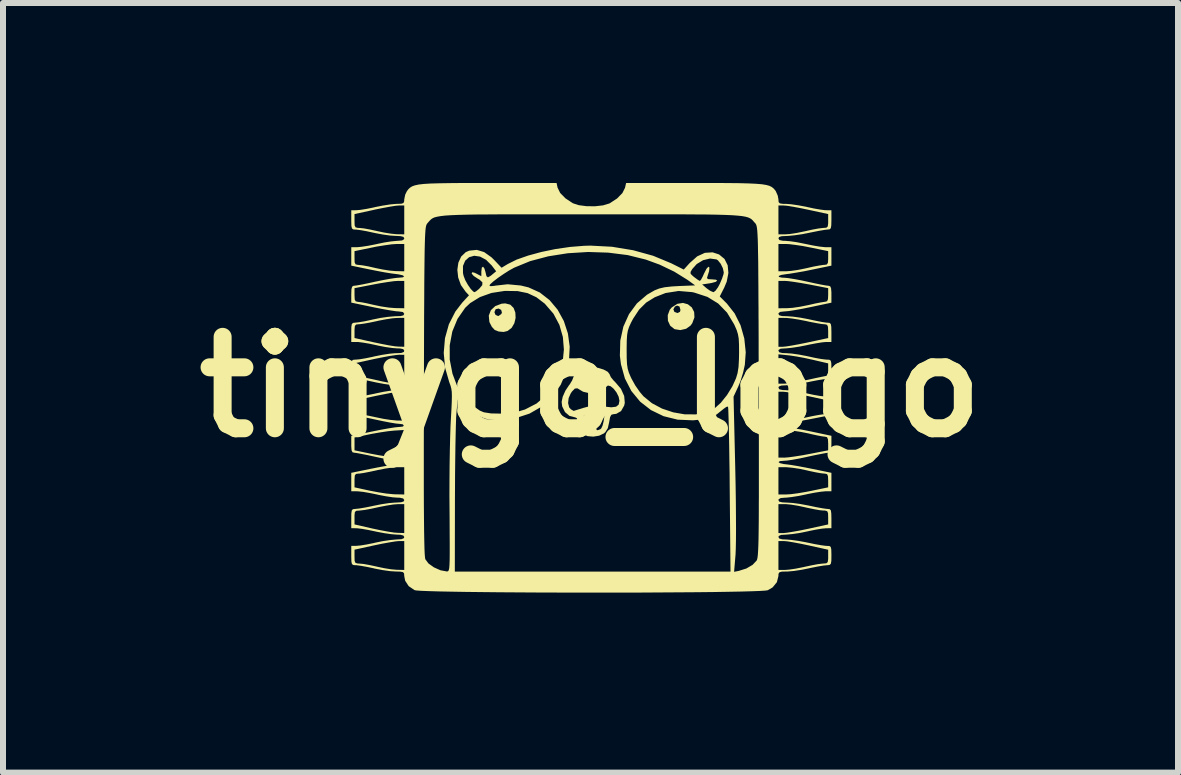
<source format=kicad_pcb>
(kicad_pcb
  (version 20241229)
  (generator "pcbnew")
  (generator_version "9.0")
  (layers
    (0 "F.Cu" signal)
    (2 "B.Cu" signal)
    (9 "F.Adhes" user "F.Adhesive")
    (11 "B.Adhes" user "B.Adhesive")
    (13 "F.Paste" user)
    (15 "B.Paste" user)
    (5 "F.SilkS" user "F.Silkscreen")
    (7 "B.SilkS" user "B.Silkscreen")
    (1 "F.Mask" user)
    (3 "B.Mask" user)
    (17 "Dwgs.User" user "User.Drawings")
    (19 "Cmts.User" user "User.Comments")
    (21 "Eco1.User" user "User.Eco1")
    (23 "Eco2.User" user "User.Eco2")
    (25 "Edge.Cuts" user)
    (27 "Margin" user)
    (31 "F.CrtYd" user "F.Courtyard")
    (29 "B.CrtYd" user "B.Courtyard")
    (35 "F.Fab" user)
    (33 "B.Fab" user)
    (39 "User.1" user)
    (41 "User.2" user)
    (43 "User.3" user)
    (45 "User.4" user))
  (footprint "tinygo_logo"
    (layer "F.Cu")
    (at 6.793 3.399)
    (property "Reference" "tinygo_logo" (at 0 0 0) (layer "F.SilkS") (effects (font (size 1.524 1.524) (thickness 0.3))))
    (attr board_only exclude_from_pos_files exclude_from_bom)
    (fp_poly (pts (xy 1.623 -1.377) (xy 1.688 -1.325) (xy 1.727 -1.249) (xy 1.732 -1.159) (xy 1.696 -1.062) (xy 1.666 -1.021) (xy 1.593 -0.969) (xy 1.497 -0.947) (xy 1.403 -0.962) (xy 1.4 -0.963) (xy 1.329 -1.019) (xy 1.29 -1.102) (xy 1.287 -1.196) (xy 1.321 -1.286) (xy 1.327 -1.293) (xy 1.381 -1.293) (xy 1.398 -1.25) (xy 1.448 -1.231) (xy 1.491 -1.252) (xy 1.499 -1.283) (xy 1.483 -1.34) (xy 1.443 -1.356) (xy 1.406 -1.339) (xy 1.381 -1.293) (xy 1.327 -1.293) (xy 1.354 -1.325) (xy 1.448 -1.385) (xy 1.541 -1.4)) (stroke (width 0) (type solid)) (fill yes) (layer "F.SilkS"))
    (fp_poly (pts (xy -1.338 -1.371) (xy -1.282 -1.316) (xy -1.253 -1.238) (xy -1.249 -1.149) (xy -1.27 -1.061) (xy -1.315 -0.984) (xy -1.384 -0.932) (xy -1.448 -0.916) (xy -1.53 -0.923) (xy -1.597 -0.949) (xy -1.646 -1.003) (xy -1.684 -1.078) (xy -1.686 -1.082) (xy -1.696 -1.188) (xy -1.674 -1.245) (xy -1.602 -1.245) (xy -1.584 -1.201) (xy -1.542 -1.182) (xy -1.533 -1.183) (xy -1.488 -1.214) (xy -1.477 -1.238) (xy -1.489 -1.283) (xy -1.531 -1.306) (xy -1.578 -1.296) (xy -1.584 -1.29) (xy -1.602 -1.245) (xy -1.674 -1.245) (xy -1.661 -1.279) (xy -1.587 -1.348) (xy -1.482 -1.387) (xy -1.421 -1.392)) (stroke (width 0) (type solid)) (fill yes) (layer "F.SilkS"))
    (fp_poly (pts (xy 0.127 -0.317) (xy 0.219 -0.289) (xy 0.288 -0.251) (xy 0.32 -0.208) (xy 0.321 -0.201) (xy 0.34 -0.161) (xy 0.387 -0.104) (xy 0.413 -0.078) (xy 0.507 0.032) (xy 0.561 0.151) (xy 0.571 0.266) (xy 0.561 0.311) (xy 0.509 0.403) (xy 0.429 0.449) (xy 0.38 0.455) (xy 0.347 0.465) (xy 0.326 0.504) (xy 0.311 0.584) (xy 0.311 0.587) (xy 0.288 0.688) (xy 0.246 0.754) (xy 0.223 0.775) (xy 0.144 0.813) (xy 0.046 0.829) (xy -0.049 0.821) (xy -0.109 0.795) (xy -0.176 0.715) (xy -0.212 0.611) (xy -0.214 0.577) (xy -0.224 0.536) (xy -0.121 0.536) (xy -0.116 0.569) (xy -0.088 0.66) (xy -0.052 0.713) (xy -0.016 0.726) (xy 0.013 0.696) (xy 0.026 0.621) (xy 0.026 0.609) (xy 0.023 0.559) (xy 0.08 0.559) (xy 0.084 0.656) (xy 0.096 0.708) (xy 0.117 0.723) (xy 0.166 0.704) (xy 0.18 0.689) (xy 0.2 0.646) (xy 0.217 0.58) (xy 0.228 0.509) (xy 0.231 0.452) (xy 0.222 0.428) (xy 0.221 0.428) (xy 0.181 0.421) (xy 0.141 0.411) (xy 0.107 0.406) (xy 0.089 0.419) (xy 0.082 0.463) (xy 0.08 0.547) (xy 0.08 0.559) (xy 0.023 0.559) (xy 0.019 0.506) (xy -0.004 0.451) (xy -0.045 0.441) (xy -0.076 0.453) (xy -0.114 0.485) (xy -0.121 0.536) (xy -0.224 0.536) (xy -0.227 0.523) (xy -0.253 0.509) (xy -0.35 0.484) (xy -0.426 0.419) (xy -0.473 0.323) (xy -0.479 0.27) (xy -0.374 0.27) (xy -0.356 0.341) (xy -0.328 0.373) (xy -0.29 0.395) (xy -0.281 0.4) (xy -0.258 0.393) (xy -0.197 0.374) (xy -0.116 0.349) (xy -0.013 0.321) (xy 0.071 0.311) (xy 0.163 0.317) (xy 0.224 0.327) (xy 0.347 0.34) (xy 0.426 0.33) (xy 0.469 0.295) (xy 0.482 0.231) (xy 0.482 0.231) (xy 0.468 0.162) (xy 0.432 0.091) (xy 0.384 0.029) (xy 0.334 -0.012) (xy 0.29 -0.023) (xy 0.272 -0.009) (xy 0.197 0.057) (xy 0.094 0.096) (xy -0.018 0.105) (xy -0.122 0.081) (xy -0.165 0.056) (xy -0.219 0.023) (xy -0.262 0.028) (xy -0.308 0.076) (xy -0.329 0.106) (xy -0.365 0.186) (xy -0.374 0.27) (xy -0.479 0.27) (xy -0.482 0.252) (xy -0.464 0.165) (xy -0.419 0.063) (xy -0.357 -0.03) (xy -0.348 -0.04) (xy -0.306 -0.109) (xy -0.284 -0.167) (xy -0.241 -0.24) (xy -0.156 -0.294) (xy -0.039 -0.324) (xy 0.027 -0.327)) (stroke (width 0) (type solid)) (fill yes) (layer "F.SilkS"))
    (fp_poly (pts (xy -0.55 -3.323) (xy -0.506 -3.233) (xy -0.418 -3.143) (xy -0.297 -3.063) (xy -0.294 -3.061) (xy -0.195 -3.029) (xy -0.065 -3.012) (xy 0.076 -3.011) (xy 0.209 -3.026) (xy 0.312 -3.057) (xy 0.321 -3.061) (xy 0.443 -3.141) (xy 0.531 -3.231) (xy 0.576 -3.321) (xy 0.576 -3.323) (xy 0.593 -3.399) (xy 1.729 -3.399) (xy 2.022 -3.399) (xy 2.267 -3.398) (xy 2.467 -3.396) (xy 2.629 -3.392) (xy 2.757 -3.386) (xy 2.855 -3.378) (xy 2.929 -3.366) (xy 2.983 -3.351) (xy 3.022 -3.331) (xy 3.052 -3.307) (xy 3.077 -3.278) (xy 3.088 -3.262) (xy 3.121 -3.187) (xy 3.132 -3.126) (xy 3.135 -3.081) (xy 3.156 -3.059) (xy 3.208 -3.051) (xy 3.259 -3.051) (xy 3.346 -3.044) (xy 3.463 -3.027) (xy 3.587 -3.004) (xy 3.613 -2.998) (xy 3.729 -2.973) (xy 3.835 -2.955) (xy 3.913 -2.945) (xy 3.928 -2.945) (xy 4.015 -2.944) (xy 4.015 -2.784) (xy 4.013 -2.694) (xy 4.005 -2.646) (xy 3.986 -2.627) (xy 3.953 -2.623) (xy 3.9 -2.617) (xy 3.811 -2.602) (xy 3.701 -2.58) (xy 3.652 -2.57) (xy 3.525 -2.545) (xy 3.398 -2.527) (xy 3.295 -2.517) (xy 3.272 -2.516) (xy 3.185 -2.512) (xy 3.142 -2.498) (xy 3.132 -2.476) (xy 3.148 -2.448) (xy 3.205 -2.436) (xy 3.245 -2.435) (xy 3.326 -2.428) (xy 3.437 -2.412) (xy 3.558 -2.388) (xy 3.587 -2.382) (xy 3.704 -2.358) (xy 3.815 -2.339) (xy 3.899 -2.33) (xy 3.914 -2.329) (xy 4.015 -2.329) (xy 4.015 -2.175) (xy 4.015 -2.021) (xy 3.7 -1.956) (xy 3.563 -1.928) (xy 3.431 -1.905) (xy 3.322 -1.887) (xy 3.259 -1.879) (xy 3.177 -1.866) (xy 3.137 -1.849) (xy 3.141 -1.832) (xy 3.193 -1.821) (xy 3.227 -1.82) (xy 3.292 -1.814) (xy 3.394 -1.798) (xy 3.517 -1.775) (xy 3.618 -1.753) (xy 3.742 -1.726) (xy 3.85 -1.704) (xy 3.929 -1.69) (xy 3.965 -1.686) (xy 3.994 -1.678) (xy 4.009 -1.646) (xy 4.015 -1.578) (xy 4.015 -1.545) (xy 4.015 -1.404) (xy 3.671 -1.331) (xy 3.533 -1.303) (xy 3.405 -1.28) (xy 3.3 -1.264) (xy 3.233 -1.258) (xy 3.23 -1.258) (xy 3.159 -1.25) (xy 3.132 -1.225) (xy 3.132 -1.218) (xy 3.145 -1.194) (xy 3.191 -1.181) (xy 3.278 -1.178) (xy 3.375 -1.171) (xy 3.499 -1.154) (xy 3.628 -1.13) (xy 3.653 -1.124) (xy 3.766 -1.1) (xy 3.865 -1.081) (xy 3.935 -1.071) (xy 3.949 -1.071) (xy 3.985 -1.067) (xy 4.005 -1.048) (xy 4.013 -1.001) (xy 4.015 -0.914) (xy 4.015 -0.749) (xy 3.928 -0.749) (xy 3.862 -0.743) (xy 3.762 -0.727) (xy 3.646 -0.705) (xy 3.601 -0.695) (xy 3.479 -0.671) (xy 3.361 -0.653) (xy 3.268 -0.643) (xy 3.247 -0.642) (xy 3.169 -0.637) (xy 3.135 -0.617) (xy 3.132 -0.602) (xy 3.146 -0.577) (xy 3.196 -0.565) (xy 3.264 -0.562) (xy 3.354 -0.556) (xy 3.473 -0.539) (xy 3.599 -0.515) (xy 3.627 -0.509) (xy 3.741 -0.484) (xy 3.845 -0.465) (xy 3.92 -0.456) (xy 3.935 -0.455) (xy 3.979 -0.453) (xy 4.003 -0.438) (xy 4.013 -0.398) (xy 4.015 -0.319) (xy 4.015 -0.294) (xy 4.014 -0.205) (xy 4.006 -0.157) (xy 3.986 -0.138) (xy 3.949 -0.133) (xy 3.941 -0.133) (xy 3.882 -0.127) (xy 3.788 -0.112) (xy 3.675 -0.09) (xy 3.628 -0.08) (xy 3.503 -0.055) (xy 3.381 -0.037) (xy 3.282 -0.027) (xy 3.26 -0.027) (xy 3.178 -0.022) (xy 3.139 -0.006) (xy 3.132 0.013) (xy 3.147 0.04) (xy 3.201 0.052) (xy 3.251 0.054) (xy 3.334 0.06) (xy 3.447 0.076) (xy 3.57 0.1) (xy 3.6 0.107) (xy 3.717 0.132) (xy 3.825 0.151) (xy 3.906 0.16) (xy 3.922 0.161) (xy 4.015 0.161) (xy 4.014 0.314) (xy 4.014 0.468) (xy 3.633 0.543) (xy 3.492 0.569) (xy 3.366 0.592) (xy 3.266 0.608) (xy 3.203 0.616) (xy 3.192 0.616) (xy 3.145 0.626) (xy 3.132 0.642) (xy 3.155 0.66) (xy 3.214 0.669) (xy 3.23 0.669) (xy 3.293 0.675) (xy 3.396 0.69) (xy 3.522 0.712) (xy 3.661 0.74) (xy 3.671 0.742) (xy 4.015 0.815) (xy 4.015 0.956) (xy 4.012 1.04) (xy 4.001 1.082) (xy 3.976 1.097) (xy 3.965 1.097) (xy 3.919 1.103) (xy 3.835 1.119) (xy 3.724 1.141) (xy 3.618 1.164) (xy 3.489 1.192) (xy 3.369 1.214) (xy 3.274 1.228) (xy 3.227 1.231) (xy 3.156 1.237) (xy 3.134 1.253) (xy 3.157 1.271) (xy 3.222 1.286) (xy 3.259 1.29) (xy 3.337 1.3) (xy 3.451 1.319) (xy 3.584 1.344) (xy 3.7 1.367) (xy 4.015 1.432) (xy 4.015 1.586) (xy 4.015 1.74) (xy 3.914 1.74) (xy 3.841 1.747) (xy 3.736 1.763) (xy 3.618 1.786) (xy 3.587 1.793) (xy 3.466 1.818) (xy 3.351 1.836) (xy 3.261 1.846) (xy 3.245 1.846) (xy 3.168 1.853) (xy 3.135 1.873) (xy 3.132 1.887) (xy 3.145 1.912) (xy 3.194 1.924) (xy 3.272 1.928) (xy 3.365 1.934) (xy 3.487 1.95) (xy 3.616 1.974) (xy 3.652 1.981) (xy 3.766 2.005) (xy 3.866 2.023) (xy 3.936 2.033) (xy 3.953 2.034) (xy 3.987 2.038) (xy 4.006 2.059) (xy 4.013 2.109) (xy 4.015 2.195) (xy 4.015 2.355) (xy 3.928 2.356) (xy 3.861 2.362) (xy 3.761 2.378) (xy 3.647 2.401) (xy 3.613 2.409) (xy 3.491 2.434) (xy 3.37 2.452) (xy 3.274 2.461) (xy 3.259 2.462) (xy 3.177 2.467) (xy 3.138 2.484) (xy 3.132 2.503) (xy 3.147 2.528) (xy 3.199 2.541) (xy 3.259 2.543) (xy 3.344 2.55) (xy 3.461 2.566) (xy 3.587 2.589) (xy 3.625 2.597) (xy 3.741 2.621) (xy 3.846 2.639) (xy 3.921 2.649) (xy 3.94 2.65) (xy 3.981 2.652) (xy 4.004 2.668) (xy 4.013 2.71) (xy 4.015 2.791) (xy 4.015 2.81) (xy 4.014 2.899) (xy 4.006 2.947) (xy 3.986 2.967) (xy 3.949 2.972) (xy 3.941 2.972) (xy 3.881 2.978) (xy 3.787 2.994) (xy 3.676 3.016) (xy 3.64 3.024) (xy 3.515 3.049) (xy 3.389 3.068) (xy 3.288 3.077) (xy 3.272 3.077) (xy 3.19 3.079) (xy 3.149 3.09) (xy 3.133 3.115) (xy 3.132 3.152) (xy 3.106 3.255) (xy 3.036 3.341) (xy 2.955 3.389) (xy 2.913 3.395) (xy 2.822 3.401) (xy 2.686 3.406) (xy 2.51 3.411) (xy 2.297 3.415) (xy 2.052 3.419) (xy 1.78 3.422) (xy 1.485 3.424) (xy 1.17 3.426) (xy 0.841 3.428) (xy 0.501 3.429) (xy 0.155 3.429) (xy -0.193 3.429) (xy -0.538 3.428) (xy -0.876 3.427) (xy -1.203 3.425) (xy -1.515 3.423) (xy -1.807 3.42) (xy -2.075 3.417) (xy -2.314 3.413) (xy -2.521 3.409) (xy -2.691 3.404) (xy -2.82 3.399) (xy -2.903 3.393) (xy -2.934 3.387) (xy -3.031 3.321) (xy -3.09 3.23) (xy -3.105 3.152) (xy -3.108 3.109) (xy -3.127 3.087) (xy -3.174 3.079) (xy -3.21 3.078) (xy -2.262 3.078) (xy 2.333 3.078) (xy 2.32 1.712) (xy 2.318 1.446) (xy 2.314 1.197) (xy 2.311 0.969) (xy 2.307 0.768) (xy 2.303 0.599) (xy 2.299 0.466) (xy 2.296 0.375) (xy 2.292 0.332) (xy 2.291 0.328) (xy 2.263 0.334) (xy 2.215 0.368) (xy 2.201 0.38) (xy 2.101 0.46) (xy 1.991 0.512) (xy 1.858 0.543) (xy 1.708 0.557) (xy 1.452 0.546) (xy 1.217 0.488) (xy 1.007 0.386) (xy 0.827 0.246) (xy 0.681 0.069) (xy 0.573 -0.14) (xy 0.507 -0.377) (xy 0.489 -0.522) (xy 0.492 -0.616) (xy 0.602 -0.616) (xy 0.603 -0.479) (xy 0.608 -0.381) (xy 0.619 -0.306) (xy 0.638 -0.24) (xy 0.669 -0.167) (xy 0.685 -0.134) (xy 0.746 -0.024) (xy 0.822 0.085) (xy 0.882 0.156) (xy 1.024 0.272) (xy 1.193 0.362) (xy 1.379 0.424) (xy 1.569 0.457) (xy 1.755 0.458) (xy 1.923 0.427) (xy 2.065 0.36) (xy 2.07 0.356) (xy 2.173 0.263) (xy 2.276 0.134) (xy 2.366 -0.013) (xy 2.425 -0.144) (xy 2.451 -0.231) (xy 2.467 -0.333) (xy 2.474 -0.463) (xy 2.476 -0.575) (xy 2.475 -0.709) (xy 2.47 -0.805) (xy 2.457 -0.879) (xy 2.436 -0.947) (xy 2.402 -1.025) (xy 2.393 -1.044) (xy 2.275 -1.239) (xy 2.128 -1.39) (xy 1.949 -1.5) (xy 1.733 -1.571) (xy 1.693 -1.58) (xy 1.468 -1.599) (xy 1.251 -1.565) (xy 1.072 -1.495) (xy 0.928 -1.406) (xy 0.811 -1.29) (xy 0.71 -1.137) (xy 0.675 -1.071) (xy 0.643 -1.001) (xy 0.622 -0.938) (xy 0.61 -0.868) (xy 0.604 -0.776) (xy 0.602 -0.647) (xy 0.602 -0.616) (xy 0.492 -0.616) (xy 0.496 -0.772) (xy 0.547 -1.004) (xy 0.641 -1.213) (xy 0.773 -1.392) (xy 0.942 -1.537) (xy 1.067 -1.609) (xy 1.145 -1.64) (xy 1.235 -1.661) (xy 1.352 -1.674) (xy 1.468 -1.681) (xy 1.744 -1.692) (xy 1.615 -1.785) (xy 1.404 -1.916) (xy 1.667 -1.916) (xy 1.669 -1.884) (xy 1.707 -1.847) (xy 1.728 -1.83) (xy 1.783 -1.789) (xy 1.82 -1.767) (xy 1.824 -1.767) (xy 1.843 -1.789) (xy 1.873 -1.846) (xy 1.891 -1.887) (xy 1.934 -1.971) (xy 1.966 -2.004) (xy 1.982 -1.989) (xy 1.976 -1.928) (xy 1.955 -1.862) (xy 1.941 -1.816) (xy 1.957 -1.797) (xy 2.013 -1.793) (xy 2.021 -1.793) (xy 2.091 -1.787) (xy 2.112 -1.771) (xy 2.086 -1.751) (xy 2.016 -1.732) (xy 1.988 -1.727) (xy 1.861 -1.708) (xy 1.936 -1.643) (xy 1.996 -1.601) (xy 2.045 -1.58) (xy 2.05 -1.579) (xy 2.082 -1.602) (xy 2.124 -1.66) (xy 2.156 -1.72) (xy 2.192 -1.805) (xy 2.216 -1.877) (xy 2.221 -1.908) (xy 2.206 -1.978) (xy 2.169 -2.053) (xy 2.123 -2.11) (xy 2.1 -2.125) (xy 1.991 -2.14) (xy 1.876 -2.112) (xy 1.77 -2.048) (xy 1.696 -1.965) (xy 1.667 -1.916) (xy 1.404 -1.916) (xy 1.4 -1.919) (xy 1.152 -2.038) (xy 0.922 -2.122) (xy 0.62 -2.197) (xy 0.295 -2.238) (xy -0.041 -2.249) (xy -0.378 -2.228) (xy -0.703 -2.177) (xy -1.005 -2.097) (xy -1.271 -1.988) (xy -1.358 -1.94) (xy -1.452 -1.88) (xy -1.543 -1.817) (xy -1.62 -1.758) (xy -1.671 -1.712) (xy -1.686 -1.688) (xy -1.663 -1.679) (xy -1.606 -1.684) (xy -1.586 -1.688) (xy -1.381 -1.711) (xy -1.162 -1.69) (xy -1.034 -1.659) (xy -0.846 -1.574) (xy -0.683 -1.447) (xy -0.548 -1.286) (xy -0.445 -1.098) (xy -0.377 -0.89) (xy -0.347 -0.67) (xy -0.359 -0.444) (xy -0.398 -0.271) (xy -0.497 -0.035) (xy -0.634 0.164) (xy -0.808 0.325) (xy -1.017 0.445) (xy -1.258 0.524) (xy -1.325 0.537) (xy -1.55 0.557) (xy -1.747 0.532) (xy -1.923 0.46) (xy -2.08 0.342) (xy -2.09 0.332) (xy -2.214 0.211) (xy -2.235 0.433) (xy -2.24 0.507) (xy -2.244 0.627) (xy -2.248 0.788) (xy -2.252 0.982) (xy -2.255 1.202) (xy -2.258 1.443) (xy -2.259 1.697) (xy -2.26 1.867) (xy -2.262 3.078) (xy -3.21 3.078) (xy -3.245 3.077) (xy -3.34 3.071) (xy -3.462 3.054) (xy -3.589 3.03) (xy -3.613 3.024) (xy -3.727 3) (xy -3.828 2.982) (xy -3.901 2.972) (xy -3.914 2.972) (xy -3.955 2.969) (xy -3.977 2.952) (xy -3.986 2.909) (xy -3.988 2.829) (xy -3.934 2.829) (xy -3.932 2.901) (xy -3.917 2.934) (xy -3.879 2.944) (xy -3.847 2.945) (xy -3.778 2.952) (xy -3.679 2.97) (xy -3.568 2.994) (xy -3.56 2.996) (xy -3.442 3.021) (xy -3.324 3.04) (xy -3.232 3.048) (xy -3.232 3.048) (xy -3.105 3.051) (xy -3.105 2.569) (xy -3.191 2.569) (xy -3.251 2.575) (xy -3.349 2.591) (xy -3.472 2.613) (xy -3.606 2.641) (xy -3.606 2.641) (xy -3.934 2.713) (xy -3.934 2.829) (xy -3.988 2.829) (xy -3.988 2.827) (xy -3.988 2.81) (xy -3.988 2.65) (xy -3.901 2.649) (xy -3.834 2.643) (xy -3.735 2.627) (xy -3.62 2.604) (xy -3.587 2.596) (xy -3.464 2.571) (xy -3.343 2.553) (xy -3.248 2.544) (xy -3.232 2.543) (xy -3.15 2.538) (xy -3.111 2.521) (xy -3.105 2.503) (xy -3.12 2.477) (xy -3.172 2.464) (xy -3.232 2.462) (xy -3.319 2.455) (xy -3.436 2.438) (xy -3.56 2.415) (xy -3.587 2.409) (xy -3.702 2.385) (xy -3.808 2.366) (xy -3.886 2.357) (xy -3.901 2.356) (xy -3.988 2.355) (xy -3.988 2.292) (xy -3.934 2.292) (xy -3.633 2.361) (xy -3.5 2.389) (xy -3.375 2.412) (xy -3.272 2.428) (xy -3.218 2.432) (xy -3.105 2.436) (xy -3.105 1.954) (xy -3.211 1.954) (xy -3.287 1.96) (xy -3.394 1.977) (xy -3.514 2) (xy -3.546 2.007) (xy -3.661 2.032) (xy -3.765 2.051) (xy -3.84 2.06) (xy -3.855 2.061) (xy -3.905 2.065) (xy -3.928 2.086) (xy -3.934 2.14) (xy -3.934 2.177) (xy -3.934 2.292) (xy -3.988 2.292) (xy -3.988 2.195) (xy -3.987 2.106) (xy -3.979 2.058) (xy -3.96 2.038) (xy -3.922 2.034) (xy -3.914 2.033) (xy -3.855 2.027) (xy -3.76 2.011) (xy -3.649 1.989) (xy -3.613 1.981) (xy -3.488 1.956) (xy -3.363 1.937) (xy -3.261 1.928) (xy -3.245 1.928) (xy -3.159 1.923) (xy -3.115 1.909) (xy -3.105 1.887) (xy -3.122 1.86) (xy -3.178 1.847) (xy -3.218 1.846) (xy -3.299 1.84) (xy -3.41 1.823) (xy -3.531 1.8) (xy -3.56 1.793) (xy -3.678 1.769) (xy -3.788 1.75) (xy -3.872 1.741) (xy -3.888 1.74) (xy -3.988 1.74) (xy -3.988 1.674) (xy -3.934 1.674) (xy -3.673 1.731) (xy -3.541 1.756) (xy -3.407 1.777) (xy -3.295 1.788) (xy -3.259 1.79) (xy -3.105 1.793) (xy -3.105 1.346) (xy -2.779 1.346) (xy -2.779 1.677) (xy -2.778 1.962) (xy -2.776 2.205) (xy -2.774 2.406) (xy -2.771 2.569) (xy -2.768 2.694) (xy -2.764 2.785) (xy -2.759 2.844) (xy -2.754 2.872) (xy -2.7 2.944) (xy -2.61 3.008) (xy -2.502 3.056) (xy -2.395 3.076) (xy -2.382 3.075) (xy -2.371 3.069) (xy -2.362 3.051) (xy -2.355 3.018) (xy -2.351 2.963) (xy -2.348 2.883) (xy -2.347 2.771) (xy -2.347 2.624) (xy -2.348 2.435) (xy -2.349 2.201) (xy -2.35 2.068) (xy -2.352 1.814) (xy -2.351 1.554) (xy -2.349 1.299) (xy -2.345 1.058) (xy -2.34 0.843) (xy -2.334 0.663) (xy -2.329 0.559) (xy -2.319 0.383) (xy -2.313 0.251) (xy -2.311 0.153) (xy -2.313 0.082) (xy -2.321 0.026) (xy -2.334 -0.022) (xy -2.352 -0.072) (xy -2.354 -0.076) (xy -2.424 -0.319) (xy -2.447 -0.567) (xy -2.436 -0.694) (xy -2.347 -0.694) (xy -2.347 -0.457) (xy -2.301 -0.22) (xy -2.23 -0.032) (xy -2.155 0.095) (xy -2.059 0.216) (xy -1.951 0.32) (xy -1.845 0.395) (xy -1.779 0.423) (xy -1.657 0.442) (xy -1.504 0.445) (xy -1.341 0.432) (xy -1.188 0.405) (xy -1.091 0.376) (xy -0.9 0.277) (xy -0.741 0.141) (xy -0.614 -0.025) (xy -0.521 -0.212) (xy -0.464 -0.414) (xy -0.444 -0.623) (xy -0.461 -0.832) (xy -0.519 -1.034) (xy -0.618 -1.22) (xy -0.759 -1.383) (xy -0.761 -1.386) (xy -0.902 -1.494) (xy -1.049 -1.563) (xy -1.216 -1.597) (xy -1.415 -1.6) (xy -1.437 -1.599) (xy -1.651 -1.566) (xy -1.844 -1.497) (xy -2.006 -1.397) (xy -2.089 -1.319) (xy -2.217 -1.134) (xy -2.304 -0.923) (xy -2.347 -0.694) (xy -2.436 -0.694) (xy -2.426 -0.812) (xy -2.361 -1.044) (xy -2.253 -1.256) (xy -2.139 -1.404) (xy -2.026 -1.527) (xy -2.082 -1.587) (xy -2.161 -1.698) (xy -2.206 -1.823) (xy -2.22 -1.951) (xy -2.211 -2.016) (xy -2.126 -2.016) (xy -2.126 -1.899) (xy -2.116 -1.852) (xy -2.088 -1.779) (xy -2.044 -1.701) (xy -1.996 -1.632) (xy -1.953 -1.588) (xy -1.933 -1.579) (xy -1.904 -1.596) (xy -1.857 -1.635) (xy -1.855 -1.637) (xy -1.805 -1.696) (xy -1.802 -1.742) (xy -1.848 -1.786) (xy -1.887 -1.809) (xy -1.947 -1.849) (xy -1.979 -1.886) (xy -1.981 -1.894) (xy -1.97 -1.912) (xy -1.931 -1.902) (xy -1.9 -1.887) (xy -1.82 -1.845) (xy -1.82 -1.926) (xy -1.812 -1.989) (xy -1.791 -2.004) (xy -1.768 -1.972) (xy -1.751 -1.914) (xy -1.735 -1.846) (xy -1.711 -1.826) (xy -1.667 -1.85) (xy -1.636 -1.875) (xy -1.573 -1.927) (xy -1.646 -2.023) (xy -1.742 -2.119) (xy -1.842 -2.172) (xy -1.939 -2.186) (xy -2.024 -2.162) (xy -2.089 -2.104) (xy -2.126 -2.016) (xy -2.211 -2.016) (xy -2.203 -2.071) (xy -2.156 -2.173) (xy -2.08 -2.246) (xy -2.022 -2.271) (xy -1.895 -2.284) (xy -1.773 -2.247) (xy -1.651 -2.16) (xy -1.605 -2.115) (xy -1.483 -1.986) (xy -1.38 -2.048) (xy -1.231 -2.122) (xy -1.04 -2.189) (xy -0.82 -2.249) (xy -0.583 -2.298) (xy -0.341 -2.333) (xy -0.106 -2.352) (xy 0 -2.355) (xy 0.358 -2.336) (xy 0.71 -2.278) (xy 1.043 -2.186) (xy 1.344 -2.061) (xy 1.346 -2.06) (xy 1.554 -1.956) (xy 1.654 -2.066) (xy 1.778 -2.176) (xy 1.906 -2.235) (xy 2.034 -2.243) (xy 2.142 -2.208) (xy 2.233 -2.133) (xy 2.286 -2.027) (xy 2.298 -1.899) (xy 2.27 -1.754) (xy 2.228 -1.654) (xy 2.154 -1.508) (xy 2.272 -1.39) (xy 2.402 -1.225) (xy 2.501 -1.027) (xy 2.563 -0.807) (xy 2.587 -0.577) (xy 2.572 -0.368) (xy 2.543 -0.239) (xy 2.501 -0.101) (xy 2.462 -0.006) (xy 2.384 0.162) (xy 2.412 1.346) (xy 2.418 1.63) (xy 2.422 1.9) (xy 2.424 2.147) (xy 2.425 2.367) (xy 2.424 2.553) (xy 2.421 2.699) (xy 2.417 2.798) (xy 2.416 2.806) (xy 2.393 3.082) (xy 2.47 3.067) (xy 2.52 3.051) (xy 3.132 3.051) (xy 3.238 3.051) (xy 3.313 3.045) (xy 3.421 3.029) (xy 3.541 3.005) (xy 3.573 2.998) (xy 3.688 2.973) (xy 3.791 2.954) (xy 3.867 2.945) (xy 3.882 2.944) (xy 3.931 2.94) (xy 3.954 2.919) (xy 3.961 2.865) (xy 3.961 2.829) (xy 3.961 2.714) (xy 3.633 2.641) (xy 3.499 2.613) (xy 3.376 2.59) (xy 3.278 2.574) (xy 3.218 2.569) (xy 3.132 2.569) (xy 3.132 3.051) (xy 2.52 3.051) (xy 2.597 3.027) (xy 2.701 2.966) (xy 2.769 2.894) (xy 2.772 2.888) (xy 2.778 2.87) (xy 2.784 2.84) (xy 2.789 2.796) (xy 2.793 2.734) (xy 2.797 2.652) (xy 2.8 2.546) (xy 2.802 2.413) (xy 2.804 2.251) (xy 2.805 2.056) (xy 2.805 1.954) (xy 3.132 1.954) (xy 3.132 2.436) (xy 3.218 2.436) (xy 3.277 2.43) (xy 3.375 2.414) (xy 3.498 2.392) (xy 3.633 2.364) (xy 3.633 2.364) (xy 3.961 2.292) (xy 3.961 2.176) (xy 3.959 2.104) (xy 3.944 2.071) (xy 3.907 2.061) (xy 3.883 2.061) (xy 3.82 2.055) (xy 3.724 2.038) (xy 3.612 2.015) (xy 3.582 2.008) (xy 3.462 1.982) (xy 3.348 1.963) (xy 3.259 1.954) (xy 3.245 1.954) (xy 3.132 1.954) (xy 2.805 1.954) (xy 2.806 1.826) (xy 2.806 1.557) (xy 2.806 1.338) (xy 3.132 1.338) (xy 3.132 1.793) (xy 3.259 1.793) (xy 3.339 1.788) (xy 3.454 1.773) (xy 3.585 1.751) (xy 3.673 1.734) (xy 3.961 1.674) (xy 3.961 1.56) (xy 3.958 1.488) (xy 3.943 1.454) (xy 3.907 1.445) (xy 3.896 1.445) (xy 3.84 1.439) (xy 3.75 1.423) (xy 3.641 1.4) (xy 3.608 1.392) (xy 3.487 1.366) (xy 3.367 1.348) (xy 3.272 1.339) (xy 3.259 1.338) (xy 3.132 1.338) (xy 2.806 1.338) (xy 2.806 1.246) (xy 2.806 0.89) (xy 2.805 0.723) (xy 3.132 0.723) (xy 3.132 1.178) (xy 3.232 1.179) (xy 3.298 1.174) (xy 3.402 1.16) (xy 3.529 1.14) (xy 3.647 1.118) (xy 3.961 1.057) (xy 3.961 0.943) (xy 3.957 0.871) (xy 3.941 0.837) (xy 3.909 0.83) (xy 3.86 0.824) (xy 3.775 0.808) (xy 3.67 0.785) (xy 3.635 0.776) (xy 3.511 0.751) (xy 3.386 0.732) (xy 3.285 0.723) (xy 3.272 0.723) (xy 3.132 0.723) (xy 2.805 0.723) (xy 2.805 0.562) (xy 3.132 0.562) (xy 3.245 0.561) (xy 3.324 0.555) (xy 3.435 0.539) (xy 3.558 0.517) (xy 3.599 0.508) (xy 3.712 0.484) (xy 3.812 0.466) (xy 3.883 0.456) (xy 3.9 0.455) (xy 3.938 0.449) (xy 3.956 0.42) (xy 3.961 0.355) (xy 3.961 0.34) (xy 3.961 0.226) (xy 3.62 0.152) (xy 3.485 0.125) (xy 3.363 0.102) (xy 3.266 0.086) (xy 3.208 0.08) (xy 3.205 0.08) (xy 3.132 0.08) (xy 3.132 0.562) (xy 2.805 0.562) (xy 2.805 0.487) (xy 2.804 0.07) (xy 2.803 -0.373) (xy 2.802 -0.543) (xy 3.132 -0.543) (xy 3.132 -0.054) (xy 3.226 -0.054) (xy 3.289 -0.059) (xy 3.391 -0.074) (xy 3.515 -0.097) (xy 3.629 -0.12) (xy 3.751 -0.147) (xy 3.852 -0.168) (xy 3.922 -0.182) (xy 3.95 -0.187) (xy 3.957 -0.211) (xy 3.961 -0.27) (xy 3.961 -0.29) (xy 3.961 -0.392) (xy 3.7 -0.453) (xy 3.568 -0.482) (xy 3.434 -0.507) (xy 3.322 -0.524) (xy 3.285 -0.528) (xy 3.132 -0.543) (xy 2.802 -0.543) (xy 2.802 -0.765) (xy 2.801 -1.111) (xy 2.8 -1.151) (xy 3.132 -1.151) (xy 3.132 -0.669) (xy 3.205 -0.669) (xy 3.259 -0.674) (xy 3.352 -0.689) (xy 3.472 -0.711) (xy 3.606 -0.738) (xy 3.62 -0.741) (xy 3.961 -0.814) (xy 3.961 -0.929) (xy 3.958 -1.001) (xy 3.943 -1.035) (xy 3.908 -1.044) (xy 3.9 -1.044) (xy 3.847 -1.049) (xy 3.757 -1.065) (xy 3.647 -1.086) (xy 3.599 -1.097) (xy 3.476 -1.121) (xy 3.359 -1.14) (xy 3.267 -1.15) (xy 3.245 -1.15) (xy 3.132 -1.151) (xy 2.8 -1.151) (xy 2.8 -1.311) (xy 3.132 -1.311) (xy 3.272 -1.312) (xy 3.367 -1.318) (xy 3.49 -1.336) (xy 3.616 -1.361) (xy 3.635 -1.365) (xy 3.744 -1.39) (xy 3.837 -1.408) (xy 3.899 -1.418) (xy 3.909 -1.419) (xy 3.943 -1.428) (xy 3.958 -1.463) (xy 3.961 -1.532) (xy 3.961 -1.646) (xy 3.647 -1.707) (xy 3.513 -1.731) (xy 3.388 -1.751) (xy 3.288 -1.764) (xy 3.232 -1.767) (xy 3.132 -1.766) (xy 3.132 -1.311) (xy 2.8 -1.311) (xy 2.799 -1.412) (xy 2.798 -1.672) (xy 2.796 -1.894) (xy 2.796 -1.927) (xy 3.132 -1.927) (xy 3.259 -1.927) (xy 3.346 -1.934) (xy 3.463 -1.951) (xy 3.586 -1.976) (xy 3.608 -1.981) (xy 3.719 -2.006) (xy 3.817 -2.024) (xy 3.884 -2.034) (xy 3.896 -2.034) (xy 3.937 -2.04) (xy 3.956 -2.066) (xy 3.961 -2.129) (xy 3.961 -2.148) (xy 3.961 -2.263) (xy 3.673 -2.322) (xy 3.541 -2.348) (xy 3.413 -2.367) (xy 3.307 -2.38) (xy 3.259 -2.382) (xy 3.132 -2.382) (xy 3.132 -1.927) (xy 2.796 -1.927) (xy 2.795 -2.082) (xy 2.792 -2.237) (xy 2.79 -2.364) (xy 2.787 -2.466) (xy 2.783 -2.543) (xy 3.132 -2.543) (xy 3.245 -2.543) (xy 3.326 -2.549) (xy 3.437 -2.566) (xy 3.557 -2.591) (xy 3.582 -2.596) (xy 3.694 -2.621) (xy 3.797 -2.64) (xy 3.87 -2.649) (xy 3.883 -2.65) (xy 3.932 -2.654) (xy 3.954 -2.675) (xy 3.961 -2.729) (xy 3.961 -2.765) (xy 3.961 -2.881) (xy 3.633 -2.952) (xy 3.499 -2.98) (xy 3.376 -3.003) (xy 3.278 -3.019) (xy 3.218 -3.024) (xy 3.132 -3.024) (xy 3.132 -2.543) (xy 2.783 -2.543) (xy 2.783 -2.546) (xy 2.779 -2.606) (xy 2.774 -2.65) (xy 2.768 -2.681) (xy 2.762 -2.702) (xy 2.754 -2.717) (xy 2.746 -2.728) (xy 2.743 -2.73) (xy 2.722 -2.754) (xy 2.703 -2.776) (xy 2.683 -2.795) (xy 2.658 -2.811) (xy 2.626 -2.825) (xy 2.583 -2.837) (xy 2.526 -2.847) (xy 2.451 -2.855) (xy 2.356 -2.862) (xy 2.236 -2.867) (xy 2.09 -2.871) (xy 1.913 -2.874) (xy 1.702 -2.875) (xy 1.453 -2.877) (xy 1.165 -2.877) (xy 0.833 -2.877) (xy 0.454 -2.877) (xy 0.025 -2.877) (xy 0.013 -2.877) (xy -0.417 -2.877) (xy -0.797 -2.877) (xy -1.131 -2.877) (xy -1.42 -2.877) (xy -1.669 -2.875) (xy -1.881 -2.874) (xy -2.059 -2.871) (xy -2.206 -2.867) (xy -2.326 -2.862) (xy -2.422 -2.856) (xy -2.498 -2.847) (xy -2.555 -2.837) (xy -2.599 -2.826) (xy -2.631 -2.812) (xy -2.656 -2.795) (xy -2.676 -2.776) (xy -2.695 -2.755) (xy -2.716 -2.731) (xy -2.717 -2.73) (xy -2.725 -2.719) (xy -2.733 -2.706) (xy -2.74 -2.687) (xy -2.746 -2.658) (xy -2.751 -2.618) (xy -2.755 -2.562) (xy -2.759 -2.487) (xy -2.762 -2.391) (xy -2.765 -2.27) (xy -2.767 -2.122) (xy -2.769 -1.942) (xy -2.771 -1.728) (xy -2.772 -1.477) (xy -2.774 -1.186) (xy -2.775 -0.851) (xy -2.776 -0.47) (xy -2.777 -0.039) (xy -2.777 0.063) (xy -2.778 0.542) (xy -2.779 0.969) (xy -2.779 1.346) (xy -3.105 1.346) (xy -3.105 1.338) (xy -3.224 1.338) (xy -3.307 1.345) (xy -3.42 1.361) (xy -3.543 1.385) (xy -3.573 1.392) (xy -3.685 1.416) (xy -3.785 1.435) (xy -3.855 1.445) (xy -3.869 1.445) (xy -3.91 1.451) (xy -3.929 1.477) (xy -3.934 1.539) (xy -3.934 1.56) (xy -3.934 1.674) (xy -3.988 1.674) (xy -3.988 1.432) (xy -3.673 1.367) (xy -3.536 1.34) (xy -3.404 1.316) (xy -3.295 1.298) (xy -3.232 1.291) (xy -3.151 1.278) (xy -3.111 1.26) (xy -3.115 1.243) (xy -3.166 1.232) (xy -3.2 1.231) (xy -3.265 1.225) (xy -3.367 1.209) (xy -3.49 1.186) (xy -3.592 1.164) (xy -3.715 1.137) (xy -3.823 1.116) (xy -3.903 1.101) (xy -3.938 1.097) (xy -3.968 1.089) (xy -3.983 1.057) (xy -3.988 0.989) (xy -3.988 0.957) (xy -3.988 0.843) (xy -3.934 0.843) (xy -3.934 0.95) (xy -3.934 1.057) (xy -3.66 1.114) (xy -3.527 1.139) (xy -3.397 1.159) (xy -3.288 1.172) (xy -3.245 1.174) (xy -3.105 1.178) (xy -3.105 0.718) (xy -3.272 0.728) (xy -3.378 0.739) (xy -3.511 0.759) (xy -3.648 0.783) (xy -3.687 0.791) (xy -3.934 0.843) (xy -3.988 0.843) (xy -3.988 0.816) (xy -3.633 0.742) (xy -3.494 0.714) (xy -3.367 0.691) (xy -3.264 0.675) (xy -3.198 0.668) (xy -3.192 0.668) (xy -3.133 0.662) (xy -3.105 0.644) (xy -3.105 0.642) (xy -3.128 0.624) (xy -3.184 0.616) (xy -3.187 0.616) (xy -3.246 0.61) (xy -3.343 0.594) (xy -3.462 0.571) (xy -3.565 0.549) (xy -3.69 0.522) (xy -3.802 0.5) (xy -3.886 0.486) (xy -3.925 0.482) (xy -3.96 0.478) (xy -3.979 0.458) (xy -3.987 0.409) (xy -3.988 0.341) (xy -3.934 0.341) (xy -3.932 0.412) (xy -3.916 0.446) (xy -3.88 0.455) (xy -3.861 0.456) (xy -3.8 0.462) (xy -3.706 0.479) (xy -3.596 0.502) (xy -3.573 0.507) (xy -3.453 0.532) (xy -3.334 0.55) (xy -3.24 0.559) (xy -3.232 0.56) (xy -3.105 0.562) (xy -3.105 0.08) (xy -3.178 0.08) (xy -3.232 0.085) (xy -3.325 0.1) (xy -3.445 0.123) (xy -3.58 0.15) (xy -3.593 0.153) (xy -3.934 0.226) (xy -3.934 0.341) (xy -3.988 0.341) (xy -3.988 0.321) (xy -3.988 0.161) (xy -3.895 0.161) (xy -3.826 0.154) (xy -3.724 0.138) (xy -3.608 0.115) (xy -3.573 0.107) (xy -3.452 0.082) (xy -3.334 0.063) (xy -3.241 0.054) (xy -3.224 0.054) (xy -3.145 0.048) (xy -3.109 0.03) (xy -3.105 0.013) (xy -3.119 -0.012) (xy -3.169 -0.024) (xy -3.238 -0.027) (xy -3.327 -0.033) (xy -3.446 -0.05) (xy -3.572 -0.074) (xy -3.6 -0.08) (xy -3.714 -0.105) (xy -3.818 -0.124) (xy -3.894 -0.133) (xy -3.909 -0.134) (xy -3.953 -0.136) (xy -3.976 -0.151) (xy -3.986 -0.191) (xy -3.934 -0.191) (xy -3.781 -0.16) (xy -3.661 -0.134) (xy -3.533 -0.106) (xy -3.479 -0.093) (xy -3.372 -0.072) (xy -3.264 -0.058) (xy -3.218 -0.056) (xy -3.105 -0.054) (xy -3.105 -0.535) (xy -3.192 -0.536) (xy -3.251 -0.53) (xy -3.35 -0.515) (xy -3.473 -0.492) (xy -3.607 -0.465) (xy -3.934 -0.393) (xy -3.934 -0.191) (xy -3.986 -0.191) (xy -3.986 -0.191) (xy -3.988 -0.27) (xy -3.988 -0.294) (xy -3.987 -0.383) (xy -3.98 -0.431) (xy -3.96 -0.451) (xy -3.921 -0.455) (xy -3.909 -0.455) (xy -3.846 -0.461) (xy -3.75 -0.477) (xy -3.637 -0.5) (xy -3.6 -0.509) (xy -3.476 -0.534) (xy -3.353 -0.553) (xy -3.255 -0.562) (xy -3.238 -0.562) (xy -3.154 -0.566) (xy -3.113 -0.582) (xy -3.105 -0.602) (xy -3.121 -0.629) (xy -3.175 -0.641) (xy -3.224 -0.642) (xy -3.307 -0.649) (xy -3.42 -0.665) (xy -3.543 -0.689) (xy -3.573 -0.696) (xy -3.69 -0.721) (xy -3.798 -0.739) (xy -3.879 -0.749) (xy -3.895 -0.749) (xy -3.988 -0.749) (xy -3.988 -0.815) (xy -3.934 -0.815) (xy -3.62 -0.745) (xy -3.486 -0.717) (xy -3.362 -0.693) (xy -3.262 -0.677) (xy -3.205 -0.672) (xy -3.105 -0.669) (xy -3.105 -1.151) (xy -3.218 -1.15) (xy -3.299 -1.144) (xy -3.41 -1.127) (xy -3.531 -1.104) (xy -3.56 -1.097) (xy -3.673 -1.073) (xy -3.775 -1.055) (xy -3.847 -1.045) (xy -3.861 -1.045) (xy -3.907 -1.04) (xy -3.928 -1.016) (xy -3.934 -0.959) (xy -3.934 -0.929) (xy -3.934 -0.815) (xy -3.988 -0.815) (xy -3.988 -0.91) (xy -3.987 -0.999) (xy -3.979 -1.047) (xy -3.959 -1.067) (xy -3.924 -1.071) (xy -3.922 -1.071) (xy -3.866 -1.077) (xy -3.775 -1.092) (xy -3.666 -1.115) (xy -3.627 -1.124) (xy -3.5 -1.15) (xy -3.373 -1.168) (xy -3.268 -1.177) (xy -3.251 -1.178) (xy -3.162 -1.181) (xy -3.117 -1.194) (xy -3.105 -1.218) (xy -3.126 -1.248) (xy -3.192 -1.257) (xy -3.25 -1.262) (xy -3.348 -1.277) (xy -3.472 -1.299) (xy -3.61 -1.326) (xy -3.633 -1.331) (xy -3.988 -1.405) (xy -3.988 -1.532) (xy -3.934 -1.532) (xy -3.931 -1.46) (xy -3.915 -1.427) (xy -3.88 -1.418) (xy -3.874 -1.417) (xy -3.82 -1.411) (xy -3.731 -1.394) (xy -3.627 -1.37) (xy -3.613 -1.367) (xy -3.489 -1.341) (xy -3.36 -1.322) (xy -3.259 -1.314) (xy -3.105 -1.311) (xy -3.105 -1.766) (xy -3.205 -1.767) (xy -3.272 -1.763) (xy -3.375 -1.749) (xy -3.502 -1.729) (xy -3.62 -1.707) (xy -3.934 -1.646) (xy -3.934 -1.532) (xy -3.988 -1.532) (xy -3.988 -1.546) (xy -3.985 -1.629) (xy -3.974 -1.671) (xy -3.949 -1.686) (xy -3.938 -1.686) (xy -3.893 -1.692) (xy -3.808 -1.707) (xy -3.697 -1.73) (xy -3.592 -1.753) (xy -3.462 -1.78) (xy -3.342 -1.802) (xy -3.247 -1.816) (xy -3.2 -1.82) (xy -3.129 -1.826) (xy -3.107 -1.841) (xy -3.13 -1.86) (xy -3.195 -1.875) (xy -3.232 -1.88) (xy -3.31 -1.89) (xy -3.424 -1.908) (xy -3.557 -1.933) (xy -3.673 -1.956) (xy -3.988 -2.021) (xy -3.988 -2.148) (xy -3.934 -2.148) (xy -3.932 -2.077) (xy -3.916 -2.043) (xy -3.879 -2.034) (xy -3.861 -2.033) (xy -3.799 -2.026) (xy -3.705 -2.009) (xy -3.598 -1.985) (xy -3.587 -1.982) (xy -3.465 -1.957) (xy -3.342 -1.938) (xy -3.245 -1.93) (xy -3.105 -1.927) (xy -3.105 -2.382) (xy -3.232 -2.382) (xy -3.312 -2.377) (xy -3.427 -2.361) (xy -3.559 -2.34) (xy -3.647 -2.322) (xy -3.934 -2.263) (xy -3.934 -2.148) (xy -3.988 -2.148) (xy -3.988 -2.329) (xy -3.888 -2.329) (xy -3.814 -2.336) (xy -3.709 -2.352) (xy -3.591 -2.375) (xy -3.56 -2.382) (xy -3.439 -2.407) (xy -3.324 -2.425) (xy -3.234 -2.434) (xy -3.218 -2.435) (xy -3.141 -2.441) (xy -3.108 -2.462) (xy -3.105 -2.476) (xy -3.119 -2.501) (xy -3.167 -2.513) (xy -3.245 -2.517) (xy -3.34 -2.523) (xy -3.462 -2.54) (xy -3.589 -2.564) (xy -3.613 -2.569) (xy -3.727 -2.594) (xy -3.828 -2.612) (xy -3.901 -2.622) (xy -3.914 -2.622) (xy -3.955 -2.625) (xy -3.977 -2.642) (xy -3.986 -2.685) (xy -3.988 -2.765) (xy -3.934 -2.765) (xy -3.932 -2.693) (xy -3.917 -2.66) (xy -3.879 -2.65) (xy -3.847 -2.649) (xy -3.778 -2.642) (xy -3.679 -2.624) (xy -3.568 -2.6) (xy -3.56 -2.598) (xy -3.442 -2.573) (xy -3.324 -2.554) (xy -3.232 -2.545) (xy -3.232 -2.545) (xy -3.105 -2.543) (xy -3.105 -3.024) (xy -3.191 -3.024) (xy -3.251 -3.019) (xy -3.349 -3.003) (xy -3.472 -2.98) (xy -3.606 -2.953) (xy -3.606 -2.952) (xy -3.934 -2.881) (xy -3.934 -2.765) (xy -3.988 -2.765) (xy -3.988 -2.767) (xy -3.988 -2.784) (xy -3.988 -2.944) (xy -3.901 -2.945) (xy -3.834 -2.951) (xy -3.735 -2.967) (xy -3.62 -2.99) (xy -3.587 -2.998) (xy -3.464 -3.022) (xy -3.343 -3.041) (xy -3.248 -3.05) (xy -3.232 -3.051) (xy -3.155 -3.053) (xy -3.118 -3.065) (xy -3.106 -3.096) (xy -3.105 -3.126) (xy -3.089 -3.205) (xy -3.061 -3.262) (xy -3.037 -3.294) (xy -3.01 -3.32) (xy -2.976 -3.342) (xy -2.929 -3.359) (xy -2.865 -3.373) (xy -2.779 -3.383) (xy -2.666 -3.39) (xy -2.52 -3.394) (xy -2.339 -3.397) (xy -2.115 -3.399) (xy -1.845 -3.399) (xy -1.703 -3.399) (xy -0.566 -3.399)) (stroke (width 0) (type solid)) (fill yes) (layer "F.SilkS")))
  (gr_rect
    (start -3 -3)
    (end 16.585 9.828)
    (stroke (width 0.1) (type default))
    (fill no)
    (layer "Edge.Cuts")))
</source>
